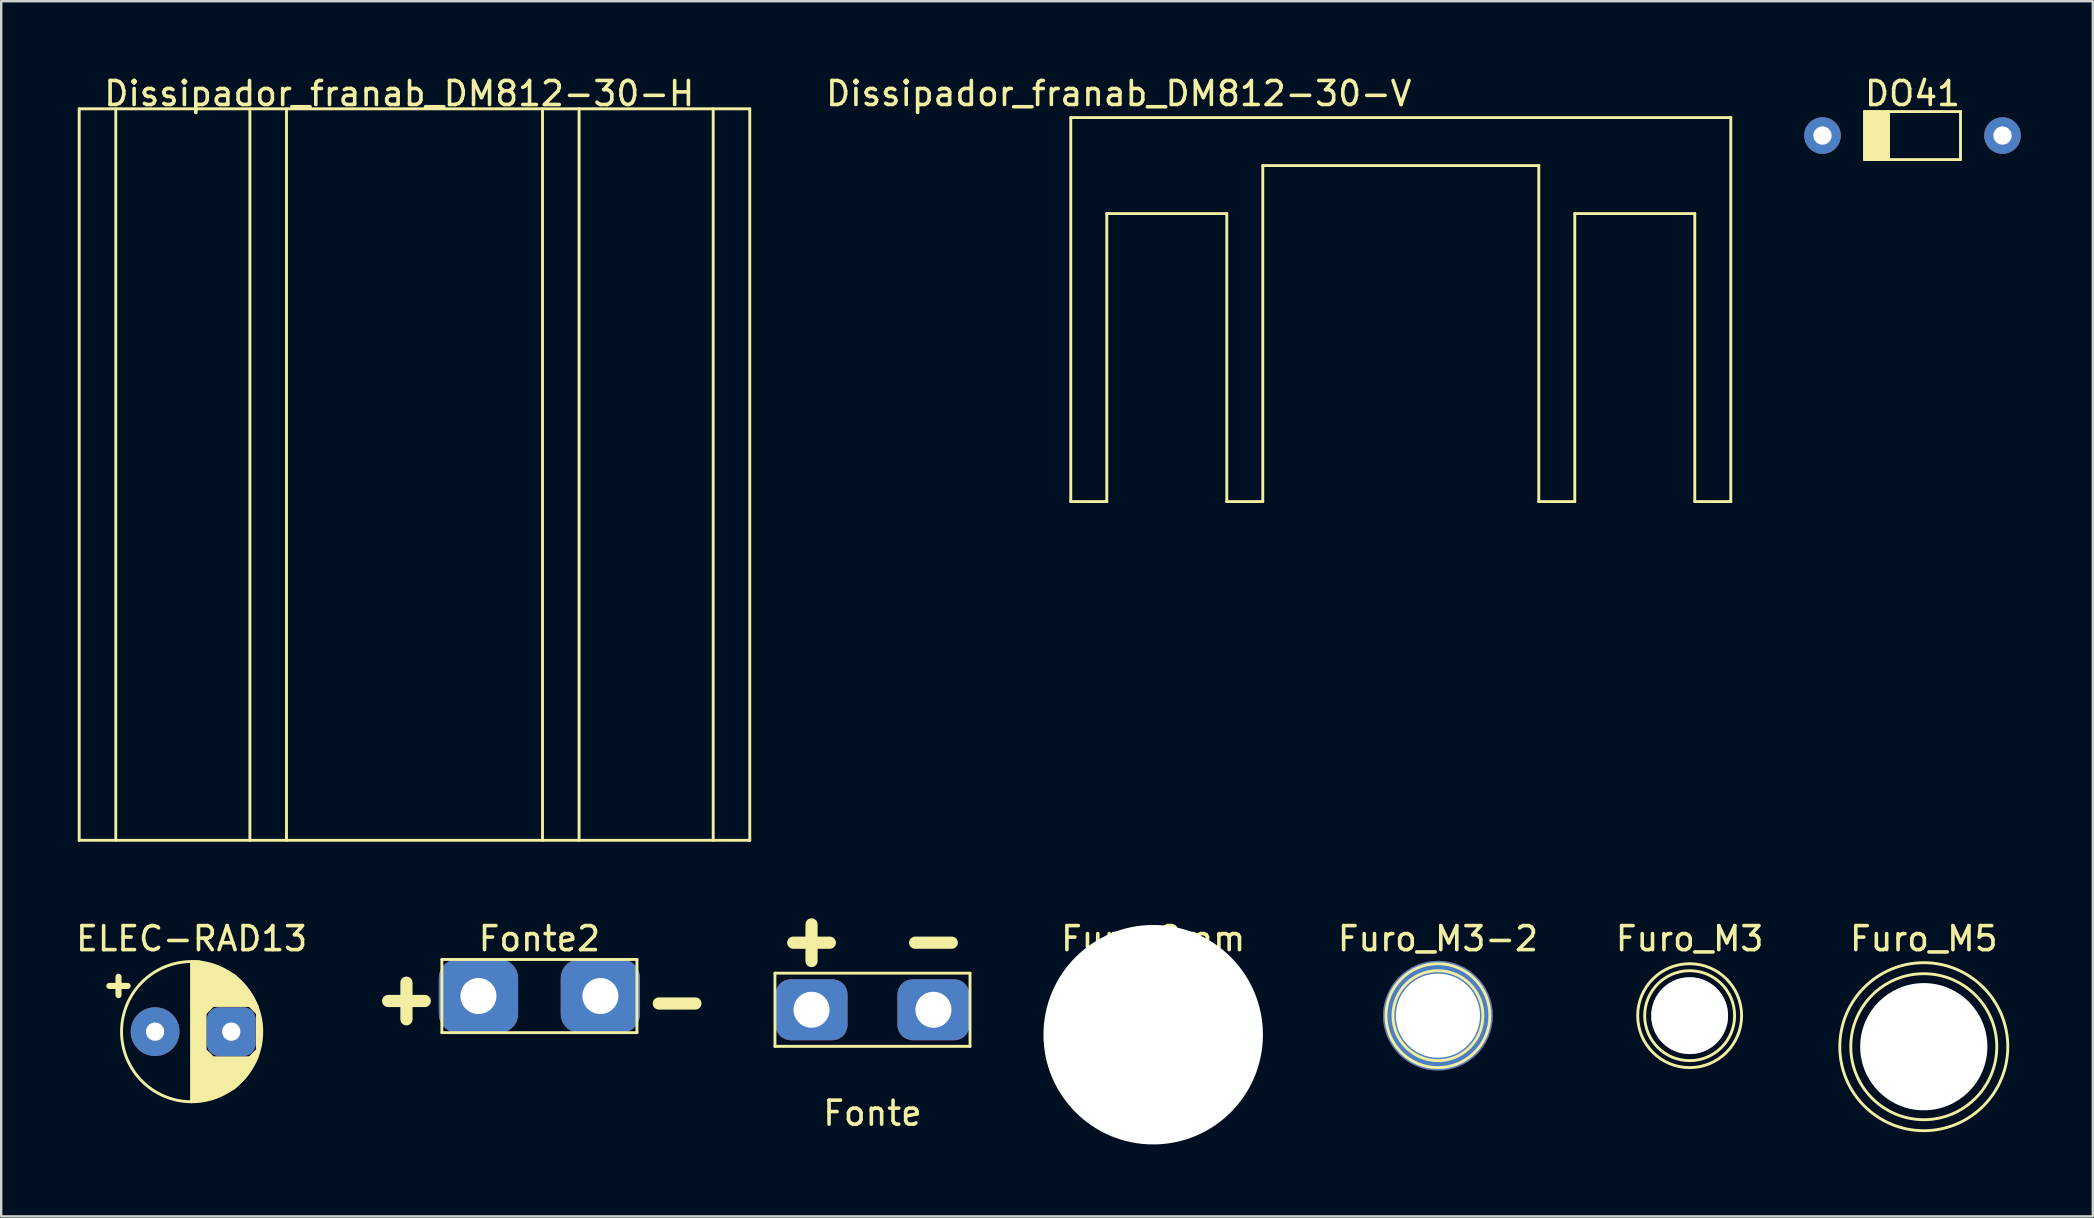
<source format=kicad_pcb>
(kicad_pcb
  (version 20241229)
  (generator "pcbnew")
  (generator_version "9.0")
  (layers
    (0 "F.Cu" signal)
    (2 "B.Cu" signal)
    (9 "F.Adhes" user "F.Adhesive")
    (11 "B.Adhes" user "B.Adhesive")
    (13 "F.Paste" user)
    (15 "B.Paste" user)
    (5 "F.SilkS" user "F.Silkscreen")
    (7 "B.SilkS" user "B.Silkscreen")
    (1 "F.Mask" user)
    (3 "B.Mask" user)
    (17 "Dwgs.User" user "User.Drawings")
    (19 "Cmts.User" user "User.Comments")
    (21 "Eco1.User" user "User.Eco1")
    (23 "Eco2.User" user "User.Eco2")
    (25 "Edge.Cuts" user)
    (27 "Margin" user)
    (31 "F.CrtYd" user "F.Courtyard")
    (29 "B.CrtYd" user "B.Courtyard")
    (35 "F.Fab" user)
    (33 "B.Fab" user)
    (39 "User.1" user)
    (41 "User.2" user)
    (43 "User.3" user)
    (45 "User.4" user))
  (footprint "Furo_M3-2"
    (layer "F.Cu")
    (at 56.863 41.269)
    (property "Reference" "Furo_M3-2" (at 0 -5.207 0) (layer "F.SilkS") (effects (font (size 1 1) (thickness 0.15))))
    (attr through_hole)
    (fp_circle (center 0 -2) (end 1.841 -1.651) (stroke (width 0.12) (type solid)) (fill no) (layer "F.SilkS"))
    (fp_circle (center 0 -2) (end 2.159 -1.841) (stroke (width 0.12) (type solid)) (fill no) (layer "F.SilkS"))
    (pad "1" thru_hole circle (at 0 -2) (size 4.572 4.572) (drill 3.505) (layers "*.Cu" "*.Mask")))
  (footprint "Dissipador_franab_DM812-30-V"
    (layer "F.Cu")
    (at 55.065 20.848)
    (property "Reference" "Dissipador_franab_DM812-30-V" (at -11.5 -20 0) (layer "F.SilkS") (effects (font (size 1 1) (thickness 0.15))))
    (attr through_hole)
    (fp_line (start -13.5 -19) (end -13.5 -3) (stroke (width 0.12) (type solid)) (layer "F.SilkS"))
    (fp_line (start -13.5 -19) (end 14 -19) (stroke (width 0.12) (type solid)) (layer "F.SilkS"))
    (fp_line (start -13.5 -3) (end -12 -3) (stroke (width 0.12) (type solid)) (layer "F.SilkS"))
    (fp_line (start -12 -15) (end -7 -15) (stroke (width 0.12) (type solid)) (layer "F.SilkS"))
    (fp_line (start -12 -3) (end -12 -15) (stroke (width 0.12) (type solid)) (layer "F.SilkS"))
    (fp_line (start -7 -15) (end -7 -3) (stroke (width 0.12) (type solid)) (layer "F.SilkS"))
    (fp_line (start -7 -3) (end -5.5 -3) (stroke (width 0.12) (type solid)) (layer "F.SilkS"))
    (fp_line (start -5.5 -17) (end 6 -17) (stroke (width 0.12) (type solid)) (layer "F.SilkS"))
    (fp_line (start -5.5 -3) (end -5.5 -17) (stroke (width 0.12) (type solid)) (layer "F.SilkS"))
    (fp_line (start 6 -17) (end 6 -3) (stroke (width 0.12) (type solid)) (layer "F.SilkS"))
    (fp_line (start 7.5 -15) (end 7.5 -3) (stroke (width 0.12) (type solid)) (layer "F.SilkS"))
    (fp_line (start 7.5 -3) (end 6 -3) (stroke (width 0.12) (type solid)) (layer "F.SilkS"))
    (fp_line (start 12.5 -15) (end 7.5 -15) (stroke (width 0.12) (type solid)) (layer "F.SilkS"))
    (fp_line (start 12.5 -3) (end 12.5 -15) (stroke (width 0.12) (type solid)) (layer "F.SilkS"))
    (fp_line (start 14 -3) (end 12.5 -3) (stroke (width 0.12) (type solid)) (layer "F.SilkS"))
    (fp_line (start 14 -3) (end 14 -19) (stroke (width 0.12) (type solid)) (layer "F.SilkS")))
  (footprint "DO41"
    (layer "F.Cu")
    (at 74.637 5.098)
    (property "Reference" "DO41" (at 2 -4.25 0) (layer "F.SilkS") (effects (font (size 1 1) (thickness 0.15))))
    (attr through_hole)
    (fp_line (start 0 -3.5) (end 0 -1.5) (stroke (width 0.12) (type solid)) (layer "F.SilkS"))
    (fp_line (start 0 -1.5) (end 4 -1.5) (stroke (width 0.12) (type solid)) (layer "F.SilkS"))
    (fp_line (start 1 -3.5) (end 1 -1.5) (stroke (width 0.12) (type solid)) (layer "F.SilkS"))
    (fp_line (start 4 -3.5) (end 0 -3.5) (stroke (width 0.12) (type solid)) (layer "F.SilkS"))
    (fp_line (start 4 -1.5) (end 4 -3.5) (stroke (width 0.12) (type solid)) (layer "F.SilkS"))
    (fp_poly (pts (xy 0 -3.5) (xy 1 -3.5) (xy 1 -1.5) (xy 0 -1.5)) (stroke (width 0.1) (type solid)) (fill yes) (layer "F.SilkS"))
    (pad "1" thru_hole circle (at -1.75 -2.5) (size 1.524 1.524) (drill 0.762) (layers "*.Cu" "*.Mask"))
    (pad "2" thru_hole circle (at 5.75 -2.5) (size 1.524 1.524) (drill 0.762) (layers "*.Cu" "*.Mask")))
  (footprint "Fonte"
    (layer "F.Cu")
    (at 33.303 42.833)
    (property "Reference" "Fonte" (at 0 0.5 0) (layer "F.SilkS") (effects (font (size 1 1) (thickness 0.15))))
    (attr through_hole)
    (fp_line (start -4.064 -5.334) (end 4.064 -5.334) (stroke (width 0.12) (type solid)) (layer "F.SilkS"))
    (fp_line (start -4.064 -2.286) (end -4.064 -5.334) (stroke (width 0.12) (type solid)) (layer "F.SilkS"))
    (fp_line (start -3.302 -6.604) (end -1.778 -6.604) (stroke (width 0.508) (type solid)) (layer "F.SilkS"))
    (fp_line (start -2.54 -5.842) (end -2.54 -7.366) (stroke (width 0.508) (type solid)) (layer "F.SilkS"))
    (fp_line (start 1.778 -6.604) (end 3.302 -6.604) (stroke (width 0.508) (type solid)) (layer "F.SilkS"))
    (fp_line (start 4.064 -5.334) (end 4.064 -2.286) (stroke (width 0.12) (type solid)) (layer "F.SilkS"))
    (fp_line (start 4.064 -2.286) (end -4.064 -2.286) (stroke (width 0.12) (type solid)) (layer "F.SilkS"))
    (pad "1" thru_hole roundrect (at -2.54 -3.81) (size 3 2.54) (drill 1.5) (layers "*.Cu" "*.Mask") (roundrect_rratio 0.25))
    (pad "2" thru_hole roundrect (at 2.54 -3.81) (size 3 2.54) (drill 1.5) (layers "*.Cu" "*.Mask") (roundrect_rratio 0.25)))
  (footprint "Fonte2"
    (layer "F.Cu")
    (at 19.425 42.261)
    (property "Reference" "Fonte2" (at 0 -6.2 0) (layer "F.SilkS") (effects (font (size 1 1) (thickness 0.15))))
    (attr through_hole)
    (fp_line (start -6.302 -3.604) (end -4.778 -3.604) (stroke (width 0.508) (type solid)) (layer "F.SilkS"))
    (fp_line (start -5.54 -2.842) (end -5.54 -4.366) (stroke (width 0.508) (type solid)) (layer "F.SilkS"))
    (fp_line (start -4.064 -5.334) (end 4.064 -5.334) (stroke (width 0.12) (type solid)) (layer "F.SilkS"))
    (fp_line (start -4.064 -2.286) (end -4.064 -5.334) (stroke (width 0.12) (type solid)) (layer "F.SilkS"))
    (fp_line (start 4.064 -5.334) (end 4.064 -2.286) (stroke (width 0.12) (type solid)) (layer "F.SilkS"))
    (fp_line (start 4.064 -2.286) (end -4.064 -2.286) (stroke (width 0.12) (type solid)) (layer "F.SilkS"))
    (fp_line (start 4.976 -3.5) (end 6.5 -3.5) (stroke (width 0.508) (type solid)) (layer "F.SilkS"))
    (pad "1" thru_hole roundrect (at -2.54 -3.81) (size 3.302 3.048) (drill 1.5) (layers "*.Cu" "*.Mask") (roundrect_rratio 0.25))
    (pad "2" thru_hole roundrect (at 2.54 -3.81) (size 3.302 3.048) (drill 1.5) (layers "*.Cu" "*.Mask") (roundrect_rratio 0.25)))
  (footprint "Furo_8mm"
    (layer "F.Cu")
    (at 44.999 44.062)
    (property "Reference" "Furo_8mm" (at 0 -8 0) (layer "F.SilkS") (effects (font (size 1 1) (thickness 0.15))))
    (attr through_hole)
    (pad "" np_thru_hole circle (at 0 -4) (size 9.144 9.144) (drill 9.144) (layers "*.Cu" "*.Mask")))
  (footprint "Dissipador_franab_DM812-30-H"
    (layer "F.Cu")
    (at 0.25 31.963)
    (property "Reference" "Dissipador_franab_DM812-30-H" (at 13.335 -31.115 0) (layer "F.SilkS") (effects (font (size 1 1) (thickness 0.15))))
    (attr through_hole)
    (fp_line (start 0 -30.48) (end 0 0) (stroke (width 0.12) (type solid)) (layer "F.SilkS"))
    (fp_line (start 0 0) (end 27.94 0) (stroke (width 0.12) (type solid)) (layer "F.SilkS"))
    (fp_line (start 1.524 0) (end 1.524 -30.48) (stroke (width 0.12) (type solid)) (layer "F.SilkS"))
    (fp_line (start 7.112 0) (end 7.112 -30.48) (stroke (width 0.12) (type solid)) (layer "F.SilkS"))
    (fp_line (start 8.636 0) (end 8.636 -30.48) (stroke (width 0.12) (type solid)) (layer "F.SilkS"))
    (fp_line (start 19.304 -30.48) (end 19.304 0) (stroke (width 0.12) (type solid)) (layer "F.SilkS"))
    (fp_line (start 20.828 0) (end 20.828 -30.48) (stroke (width 0.12) (type solid)) (layer "F.SilkS"))
    (fp_line (start 26.416 0) (end 26.416 -30.48) (stroke (width 0.12) (type solid)) (layer "F.SilkS"))
    (fp_line (start 27.94 -30.48) (end 0 -30.48) (stroke (width 0.12) (type solid)) (layer "F.SilkS"))
    (fp_line (start 27.94 0) (end 27.94 -30.48) (stroke (width 0.12) (type solid)) (layer "F.SilkS")))
  (footprint "ELEC-RAD13"
    (layer "F.Cu")
    (at 4.935 43.745)
    (property "Reference" "ELEC-RAD13" (at 0 -7.684 0) (layer "F.SilkS") (effects (font (size 1 1) (thickness 0.15))))
    (attr through_hole)
    (fp_line (start -3.429 -5.715) (end -2.667 -5.715) (stroke (width 0.254) (type solid)) (layer "F.SilkS"))
    (fp_line (start -3.048 -6.096) (end -3.048 -5.334) (stroke (width 0.254) (type solid)) (layer "F.SilkS"))
    (fp_line (start 0 -0.889) (end 0 -6.668) (stroke (width 0.12) (type solid)) (layer "F.SilkS"))
    (fp_circle (center 0 -3.81) (end 2.921 -3.81) (stroke (width 0.12) (type solid)) (fill no) (layer "F.SilkS"))
    (fp_poly (pts (xy 0.572 -4.572) (xy 0.889 -4.889) (xy 0.572 -4.889)) (stroke (width 0.1) (type solid)) (fill yes) (layer "F.SilkS"))
    (fp_poly (pts (xy 0.572 -3.048) (xy 0.889 -2.731) (xy 0.572 -2.731)) (stroke (width 0.1) (type solid)) (fill yes) (layer "F.SilkS"))
    (fp_poly (pts (xy 2.731 -4.572) (xy 2.413 -4.889) (xy 2.731 -4.889)) (stroke (width 0.1) (type solid)) (fill yes) (layer "F.SilkS"))
    (fp_poly (pts (xy 0 -4.889) (xy 0.572 -4.889) (xy 0.572 -2.667) (xy 0 -2.667)) (stroke (width 0.1) (type solid)) (fill yes) (layer "F.SilkS"))
    (fp_poly (pts (xy 2.413 -2.731) (xy 2.731 -3.048) (xy 2.731 -2.794) (xy 2.603 -2.667)) (stroke (width 0.1) (type solid)) (fill yes) (layer "F.SilkS"))
    (fp_poly (pts (xy 2.731 -4.763) (xy 2.731 -2.794) (xy 2.857 -3.239) (xy 2.921 -3.873) (xy 2.857 -4.381) (xy 2.731 -4.699)) (stroke (width 0.1) (type solid)) (fill yes) (layer "F.SilkS"))
    (fp_poly (pts (xy 0 -0.889) (xy 0 -2.731) (xy 2.731 -2.731) (xy 2.477 -2.286) (xy 2.223 -1.905) (xy 1.778 -1.46) (xy 1.016 -1.079) (xy 0.508 -0.953)) (stroke (width 0.1) (type solid)) (fill yes) (layer "F.SilkS"))
    (fp_poly (pts (xy 0 -6.731) (xy 0 -4.889) (xy 2.667 -4.889) (xy 2.477 -5.334) (xy 2.159 -5.779) (xy 1.778 -6.16) (xy 1.143 -6.477) (xy 0.699 -6.604) (xy 0.318 -6.731)) (stroke (width 0.1) (type solid)) (fill yes) (layer "F.SilkS"))
    (pad "1" thru_hole circle (at -1.524 -3.81) (size 2.032 2.032) (drill 0.762) (layers "*.Cu" "*.Mask"))
    (pad "2" thru_hole roundrect (at 1.651 -3.81) (size 2.032 2.032) (drill 0.762) (layers "*.Cu" "*.Mask") (roundrect_rratio 0.25)))
  (footprint "Furo_M5"
    (layer "F.Cu")
    (at 77.107 42.562)
    (property "Reference" "Furo_M5" (at 0 -6.5 0) (layer "F.SilkS") (effects (font (size 1 1) (thickness 0.15))))
    (attr through_hole)
    (fp_circle (center 0 -2) (end 3 -1.5) (stroke (width 0.12) (type solid)) (fill no) (layer "F.SilkS"))
    (fp_circle (center 0 -2) (end 3.5 -2) (stroke (width 0.12) (type solid)) (fill no) (layer "F.SilkS"))
    (pad "" np_thru_hole circle (at 0 -2) (size 5.3 5.3) (drill 5.3) (layers "*.Cu" "*.Mask")))
  (footprint "Furo_M3"
    (layer "F.Cu")
    (at 67.351 41.269)
    (property "Reference" "Furo_M3" (at 0 -5.207 0) (layer "F.SilkS") (effects (font (size 1 1) (thickness 0.15))))
    (attr through_hole)
    (fp_circle (center 0 -2) (end 1.841 -1.651) (stroke (width 0.12) (type solid)) (fill no) (layer "F.SilkS"))
    (fp_circle (center 0 -2) (end 2.159 -1.841) (stroke (width 0.12) (type solid)) (fill no) (layer "F.SilkS"))
    (pad "1" thru_hole circle (at 0 -2) (size 3.2 3.2) (drill 3.2) (layers "*.Cu" "*.Mask")))
  (gr_rect
    (start -3 -3)
    (end 84.149 47.633)
    (stroke (width 0.1) (type default))
    (fill no)
    (layer "Edge.Cuts")))
</source>
